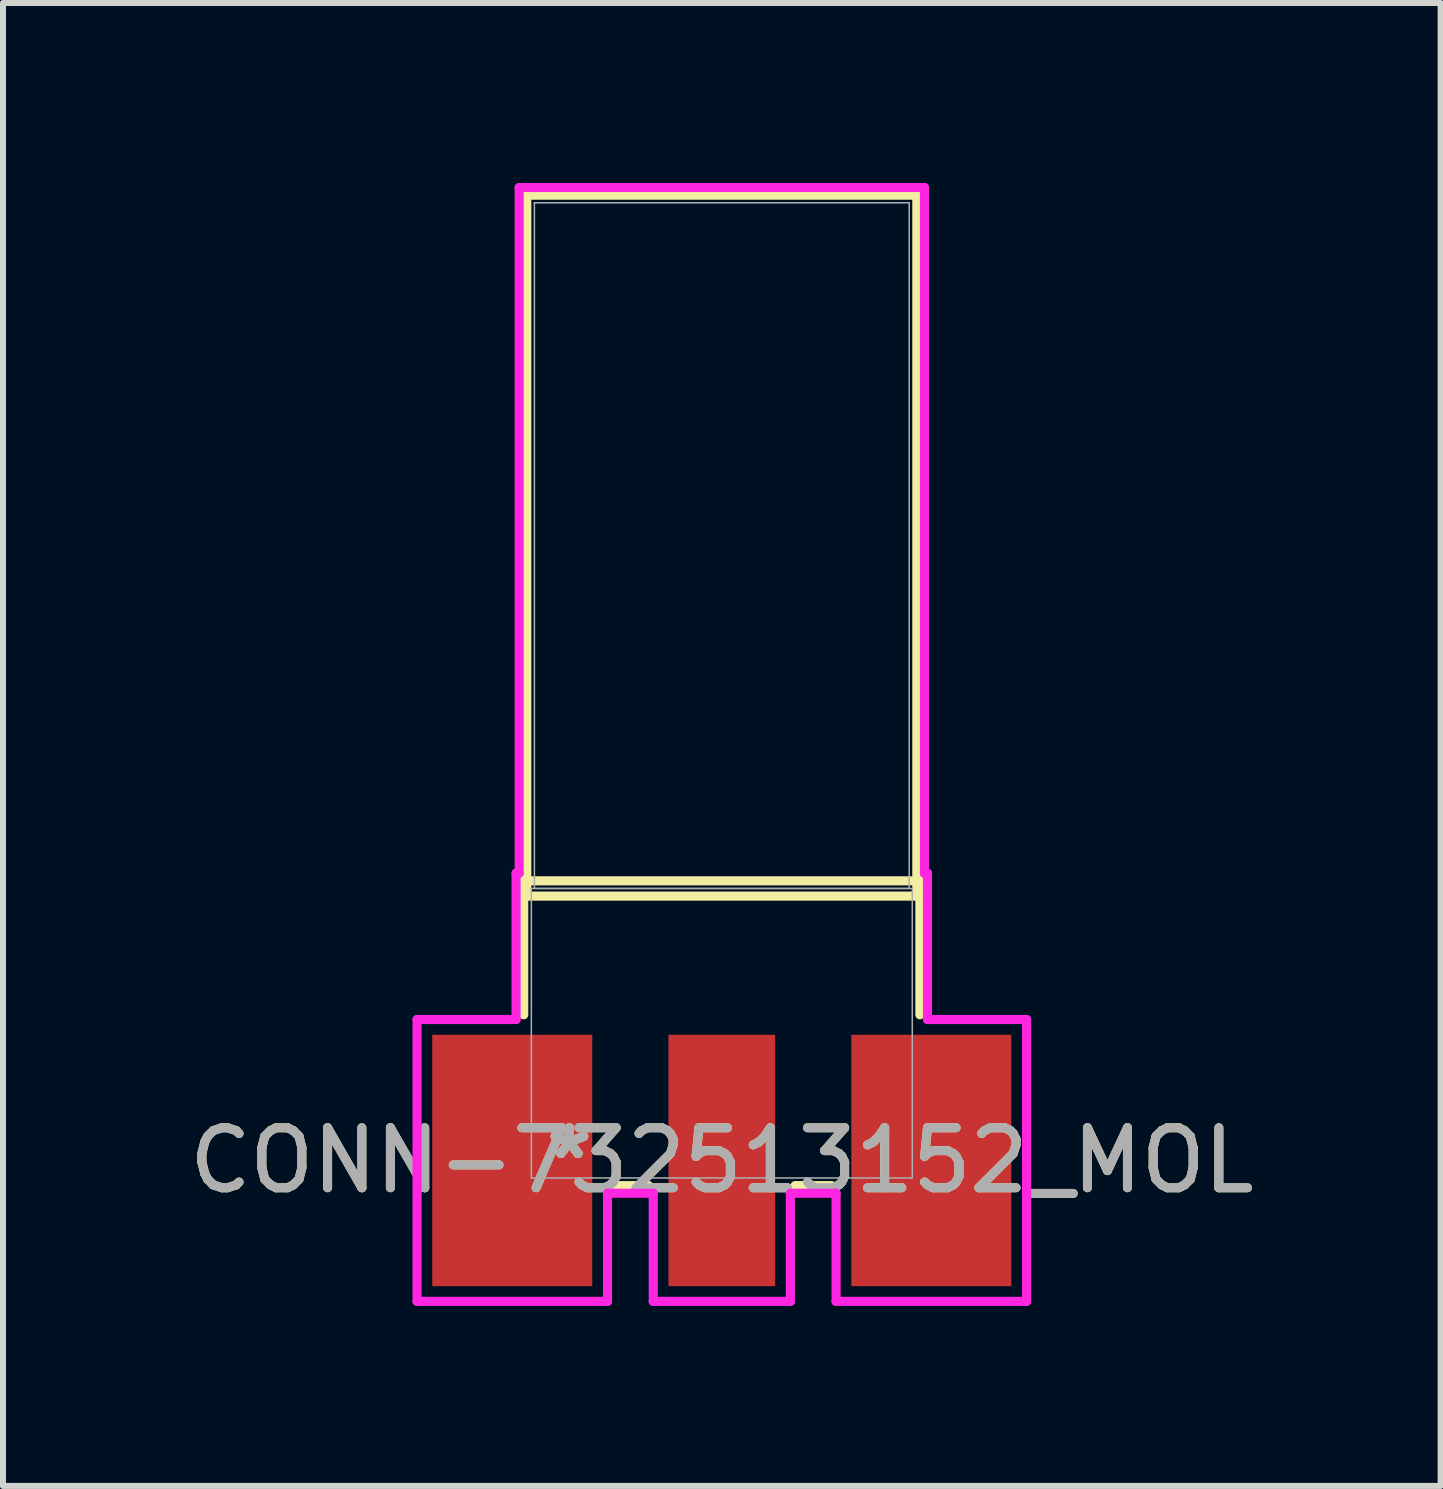
<source format=kicad_pcb>
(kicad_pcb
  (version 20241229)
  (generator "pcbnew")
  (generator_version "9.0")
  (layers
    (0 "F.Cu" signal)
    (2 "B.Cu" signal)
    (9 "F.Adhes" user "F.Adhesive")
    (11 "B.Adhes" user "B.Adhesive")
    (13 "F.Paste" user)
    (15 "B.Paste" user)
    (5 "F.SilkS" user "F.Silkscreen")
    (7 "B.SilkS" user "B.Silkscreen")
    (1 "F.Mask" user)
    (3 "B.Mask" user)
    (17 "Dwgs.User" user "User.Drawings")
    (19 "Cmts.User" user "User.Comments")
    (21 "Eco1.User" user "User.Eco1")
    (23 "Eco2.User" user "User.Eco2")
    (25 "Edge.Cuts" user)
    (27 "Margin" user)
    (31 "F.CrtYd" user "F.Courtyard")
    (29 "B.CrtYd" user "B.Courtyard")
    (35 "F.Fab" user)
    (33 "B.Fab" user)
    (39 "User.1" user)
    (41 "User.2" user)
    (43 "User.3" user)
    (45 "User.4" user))
  (footprint "CONN-732513152_MOL"
    (layer "F.Cu")
    (at 8.982 14.173)
    (property "Reference" "CONN-732513152_MOL" (at 0 2.121 0) (unlocked yes) (layer "F.SilkS") (effects (font (size 1 1) (thickness 0.15))))
    (attr smd)
    (fp_line (start -3.302 -2.54) (end -3.302 -0.307) (stroke (width 0.152) (type solid)) (layer "F.SilkS"))
    (fp_line (start -3.251 -13.97) (end -3.251 -2.286) (stroke (width 0.152) (type solid)) (layer "F.SilkS"))
    (fp_line (start -3.251 -2.286) (end 3.251 -2.286) (stroke (width 0.152) (type solid)) (layer "F.SilkS"))
    (fp_line (start -1.826 2.54) (end -1.222 2.54) (stroke (width 0.152) (type solid)) (layer "F.SilkS"))
    (fp_line (start 1.222 2.54) (end 1.826 2.54) (stroke (width 0.152) (type solid)) (layer "F.SilkS"))
    (fp_line (start 3.251 -13.97) (end -3.251 -13.97) (stroke (width 0.152) (type solid)) (layer "F.SilkS"))
    (fp_line (start 3.251 -2.286) (end 3.251 -13.97) (stroke (width 0.152) (type solid)) (layer "F.SilkS"))
    (fp_line (start 3.302 -2.54) (end -3.302 -2.54) (stroke (width 0.152) (type solid)) (layer "F.SilkS"))
    (fp_line (start 3.302 -0.307) (end 3.302 -2.54) (stroke (width 0.152) (type solid)) (layer "F.SilkS"))
    (fp_line (start -5.08 -0.229) (end -5.08 4.47) (stroke (width 0.152) (type solid)) (layer "F.CrtYd"))
    (fp_line (start -5.08 4.47) (end -1.905 4.47) (stroke (width 0.152) (type solid)) (layer "F.CrtYd"))
    (fp_line (start -3.429 -2.667) (end -3.429 -0.229) (stroke (width 0.152) (type solid)) (layer "F.CrtYd"))
    (fp_line (start -3.429 -0.229) (end -5.08 -0.229) (stroke (width 0.152) (type solid)) (layer "F.CrtYd"))
    (fp_line (start -3.378 -14.097) (end -3.378 -2.667) (stroke (width 0.152) (type solid)) (layer "F.CrtYd"))
    (fp_line (start -3.378 -2.667) (end -3.429 -2.667) (stroke (width 0.152) (type solid)) (layer "F.CrtYd"))
    (fp_line (start -1.905 2.667) (end -1.143 2.667) (stroke (width 0.152) (type solid)) (layer "F.CrtYd"))
    (fp_line (start -1.905 4.47) (end -1.905 2.667) (stroke (width 0.152) (type solid)) (layer "F.CrtYd"))
    (fp_line (start -1.143 2.667) (end -1.143 4.47) (stroke (width 0.152) (type solid)) (layer "F.CrtYd"))
    (fp_line (start -1.143 4.47) (end 1.143 4.47) (stroke (width 0.152) (type solid)) (layer "F.CrtYd"))
    (fp_line (start 1.143 2.667) (end 1.905 2.667) (stroke (width 0.152) (type solid)) (layer "F.CrtYd"))
    (fp_line (start 1.143 4.47) (end 1.143 2.667) (stroke (width 0.152) (type solid)) (layer "F.CrtYd"))
    (fp_line (start 1.905 2.667) (end 1.905 4.47) (stroke (width 0.152) (type solid)) (layer "F.CrtYd"))
    (fp_line (start 1.905 4.47) (end 5.08 4.47) (stroke (width 0.152) (type solid)) (layer "F.CrtYd"))
    (fp_line (start 3.378 -14.097) (end -3.378 -14.097) (stroke (width 0.152) (type solid)) (layer "F.CrtYd"))
    (fp_line (start 3.378 -2.667) (end 3.378 -14.097) (stroke (width 0.152) (type solid)) (layer "F.CrtYd"))
    (fp_line (start 3.429 -2.667) (end 3.378 -2.667) (stroke (width 0.152) (type solid)) (layer "F.CrtYd"))
    (fp_line (start 3.429 -0.229) (end 3.429 -2.667) (stroke (width 0.152) (type solid)) (layer "F.CrtYd"))
    (fp_line (start 5.08 -0.229) (end 3.429 -0.229) (stroke (width 0.152) (type solid)) (layer "F.CrtYd"))
    (fp_line (start 5.08 4.47) (end 5.08 -0.229) (stroke (width 0.152) (type solid)) (layer "F.CrtYd"))
    (fp_line (start -3.175 -2.413) (end -3.175 2.413) (stroke (width 0.025) (type solid)) (layer "F.Fab"))
    (fp_line (start -3.175 2.413) (end 3.175 2.413) (stroke (width 0.025) (type solid)) (layer "F.Fab"))
    (fp_line (start -3.124 -13.843) (end -3.124 -2.413) (stroke (width 0.025) (type solid)) (layer "F.Fab"))
    (fp_line (start -3.124 -2.413) (end 3.124 -2.413) (stroke (width 0.025) (type solid)) (layer "F.Fab"))
    (fp_line (start 3.124 -13.843) (end -3.124 -13.843) (stroke (width 0.025) (type solid)) (layer "F.Fab"))
    (fp_line (start 3.124 -2.413) (end 3.124 -13.843) (stroke (width 0.025) (type solid)) (layer "F.Fab"))
    (fp_line (start 3.175 -2.413) (end -3.175 -2.413) (stroke (width 0.025) (type solid)) (layer "F.Fab"))
    (fp_line (start 3.175 2.413) (end 3.175 -2.413) (stroke (width 0.025) (type solid)) (layer "F.Fab"))
    (fp_text user "*" (at -2.54 2.121 0) (unlocked yes) (layer "F.SilkS") (effects (font (size 1 1) (thickness 0.15))))
    (fp_text user "*" (at -2.54 2.121 0) (layer "F.SilkS") (effects (font (size 1 1) (thickness 0.15))))
    (fp_text user "*" (at -2.54 2.121 0) (layer "F.Fab") (effects (font (size 1 1) (thickness 0.15))))
    (fp_text user "${REFERENCE}" (at 0 2.121 0) (unlocked yes) (layer "F.Fab") (effects (font (size 1 1) (thickness 0.15))))
    (fp_text user "*" (at -2.54 2.121 0) (unlocked yes) (layer "F.Fab") (effects (font (size 1 1) (thickness 0.15))))
    (pad "1" smd rect (at 0 2.121) (size 1.778 4.191) (layers "F.Cu" "F.Mask" "F.Paste"))
    (pad "2" smd rect (at -3.493 2.121) (size 2.667 4.191) (layers "F.Cu" "F.Mask" "F.Paste"))
    (pad "3" smd rect (at 3.493 2.121) (size 2.667 4.191) (layers "F.Cu" "F.Mask" "F.Paste")))
  (gr_rect
    (start -3 -3)
    (end 20.964 21.72)
    (stroke (width 0.1) (type default))
    (fill no)
    (layer "Edge.Cuts")))
</source>
